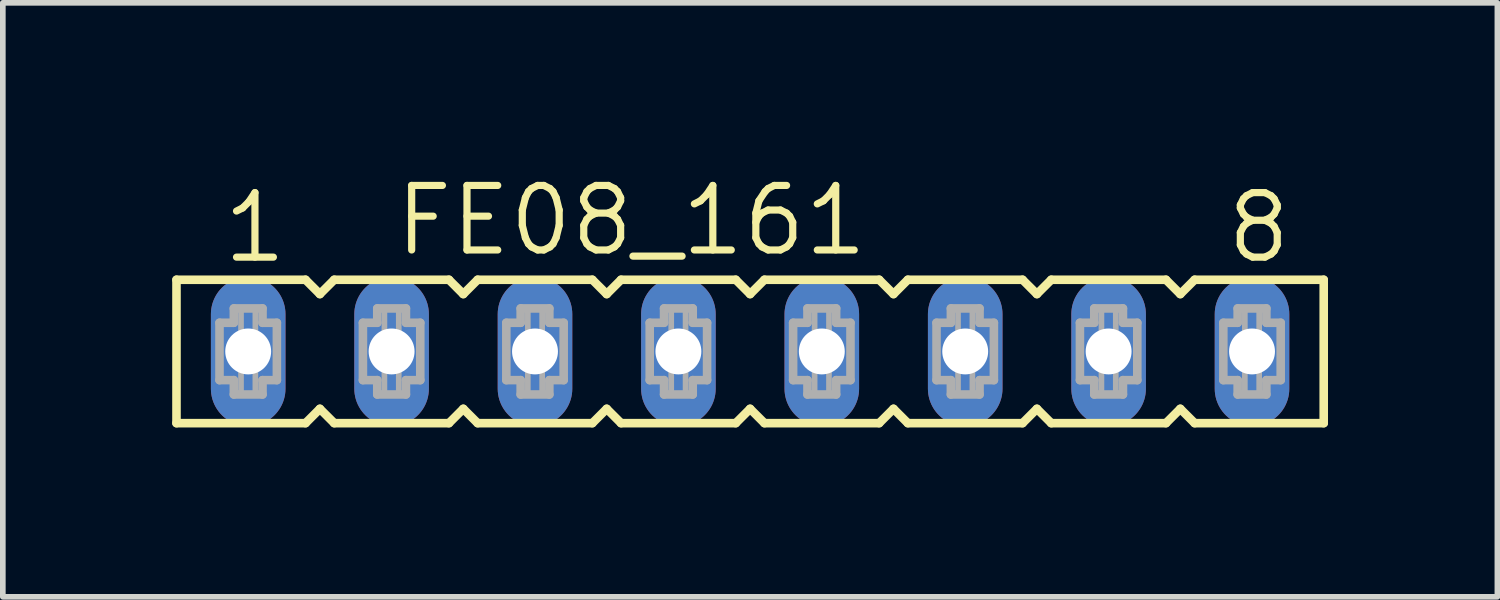
<source format=kicad_pcb>
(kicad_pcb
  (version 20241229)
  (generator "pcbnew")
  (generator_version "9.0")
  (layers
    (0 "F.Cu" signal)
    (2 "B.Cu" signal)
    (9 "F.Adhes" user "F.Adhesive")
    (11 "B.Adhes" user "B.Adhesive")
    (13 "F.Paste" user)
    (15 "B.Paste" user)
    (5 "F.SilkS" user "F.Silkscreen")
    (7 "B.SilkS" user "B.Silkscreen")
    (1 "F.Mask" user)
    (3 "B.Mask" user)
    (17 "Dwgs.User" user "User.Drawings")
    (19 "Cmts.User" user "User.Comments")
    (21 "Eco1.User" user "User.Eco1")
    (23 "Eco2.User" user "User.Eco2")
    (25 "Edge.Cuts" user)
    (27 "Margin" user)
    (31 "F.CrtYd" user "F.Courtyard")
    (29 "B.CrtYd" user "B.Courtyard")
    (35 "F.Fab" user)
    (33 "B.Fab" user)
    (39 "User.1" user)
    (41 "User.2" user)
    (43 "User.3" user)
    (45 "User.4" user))
  (footprint "FE08_161"
    (layer "F.Cu")
    (at 10.236 3.175)
    (property "Reference" "FE08_161" (at -6.35 -1.651 0) (unlocked yes) (layer "F.SilkS") (effects (font (size 1.143 1.143) (thickness 0.127)) (justify left bottom)))
    (fp_line (start -10.16 -1.27) (end -10.16 1.27) (stroke (width 0.152) (type solid)) (layer "F.SilkS"))
    (fp_line (start -10.16 1.27) (end -7.874 1.27) (stroke (width 0.152) (type solid)) (layer "F.SilkS"))
    (fp_line (start -7.874 -1.27) (end -10.16 -1.27) (stroke (width 0.152) (type solid)) (layer "F.SilkS"))
    (fp_line (start -7.874 1.27) (end -7.62 1.016) (stroke (width 0.152) (type solid)) (layer "F.SilkS"))
    (fp_line (start -7.62 -1.016) (end -7.874 -1.27) (stroke (width 0.152) (type solid)) (layer "F.SilkS"))
    (fp_line (start -7.62 1.016) (end -7.366 1.27) (stroke (width 0.152) (type solid)) (layer "F.SilkS"))
    (fp_line (start -7.366 -1.27) (end -7.62 -1.016) (stroke (width 0.152) (type solid)) (layer "F.SilkS"))
    (fp_line (start -7.366 1.27) (end -5.334 1.27) (stroke (width 0.152) (type solid)) (layer "F.SilkS"))
    (fp_line (start -5.334 -1.27) (end -7.366 -1.27) (stroke (width 0.152) (type solid)) (layer "F.SilkS"))
    (fp_line (start -5.334 1.27) (end -5.08 1.016) (stroke (width 0.152) (type solid)) (layer "F.SilkS"))
    (fp_line (start -5.08 -1.016) (end -5.334 -1.27) (stroke (width 0.152) (type solid)) (layer "F.SilkS"))
    (fp_line (start -5.08 1.016) (end -4.826 1.27) (stroke (width 0.152) (type solid)) (layer "F.SilkS"))
    (fp_line (start -4.826 -1.27) (end -5.08 -1.016) (stroke (width 0.152) (type solid)) (layer "F.SilkS"))
    (fp_line (start -4.826 1.27) (end -2.794 1.27) (stroke (width 0.152) (type solid)) (layer "F.SilkS"))
    (fp_line (start -2.794 -1.27) (end -4.826 -1.27) (stroke (width 0.152) (type solid)) (layer "F.SilkS"))
    (fp_line (start -2.794 1.27) (end -2.54 1.016) (stroke (width 0.152) (type solid)) (layer "F.SilkS"))
    (fp_line (start -2.54 -1.016) (end -2.794 -1.27) (stroke (width 0.152) (type solid)) (layer "F.SilkS"))
    (fp_line (start -2.54 1.016) (end -2.286 1.27) (stroke (width 0.152) (type solid)) (layer "F.SilkS"))
    (fp_line (start -2.286 -1.27) (end -2.54 -1.016) (stroke (width 0.152) (type solid)) (layer "F.SilkS"))
    (fp_line (start -2.286 1.27) (end -0.254 1.27) (stroke (width 0.152) (type solid)) (layer "F.SilkS"))
    (fp_line (start -0.254 -1.27) (end -2.286 -1.27) (stroke (width 0.152) (type solid)) (layer "F.SilkS"))
    (fp_line (start -0.254 1.27) (end 0 1.016) (stroke (width 0.152) (type solid)) (layer "F.SilkS"))
    (fp_line (start 0 -1.016) (end -0.254 -1.27) (stroke (width 0.152) (type solid)) (layer "F.SilkS"))
    (fp_line (start 0 1.016) (end 0.254 1.27) (stroke (width 0.152) (type solid)) (layer "F.SilkS"))
    (fp_line (start 0.254 -1.27) (end 0 -1.016) (stroke (width 0.152) (type solid)) (layer "F.SilkS"))
    (fp_line (start 0.254 1.27) (end 2.286 1.27) (stroke (width 0.152) (type solid)) (layer "F.SilkS"))
    (fp_line (start 2.286 -1.27) (end 0.254 -1.27) (stroke (width 0.152) (type solid)) (layer "F.SilkS"))
    (fp_line (start 2.286 1.27) (end 2.54 1.016) (stroke (width 0.152) (type solid)) (layer "F.SilkS"))
    (fp_line (start 2.54 -1.016) (end 2.286 -1.27) (stroke (width 0.152) (type solid)) (layer "F.SilkS"))
    (fp_line (start 2.54 1.016) (end 2.794 1.27) (stroke (width 0.152) (type solid)) (layer "F.SilkS"))
    (fp_line (start 2.794 -1.27) (end 2.54 -1.016) (stroke (width 0.152) (type solid)) (layer "F.SilkS"))
    (fp_line (start 2.794 1.27) (end 4.826 1.27) (stroke (width 0.152) (type solid)) (layer "F.SilkS"))
    (fp_line (start 4.826 -1.27) (end 2.794 -1.27) (stroke (width 0.152) (type solid)) (layer "F.SilkS"))
    (fp_line (start 4.826 1.27) (end 5.08 1.016) (stroke (width 0.152) (type solid)) (layer "F.SilkS"))
    (fp_line (start 5.08 -1.016) (end 4.826 -1.27) (stroke (width 0.152) (type solid)) (layer "F.SilkS"))
    (fp_line (start 5.08 1.016) (end 5.334 1.27) (stroke (width 0.152) (type solid)) (layer "F.SilkS"))
    (fp_line (start 5.334 -1.27) (end 5.08 -1.016) (stroke (width 0.152) (type solid)) (layer "F.SilkS"))
    (fp_line (start 5.334 1.27) (end 7.366 1.27) (stroke (width 0.152) (type solid)) (layer "F.SilkS"))
    (fp_line (start 7.366 -1.27) (end 5.334 -1.27) (stroke (width 0.152) (type solid)) (layer "F.SilkS"))
    (fp_line (start 7.366 1.27) (end 7.62 1.016) (stroke (width 0.152) (type solid)) (layer "F.SilkS"))
    (fp_line (start 7.62 -1.016) (end 7.366 -1.27) (stroke (width 0.152) (type solid)) (layer "F.SilkS"))
    (fp_line (start 7.62 1.016) (end 7.874 1.27) (stroke (width 0.152) (type solid)) (layer "F.SilkS"))
    (fp_line (start 7.874 -1.27) (end 7.62 -1.016) (stroke (width 0.152) (type solid)) (layer "F.SilkS"))
    (fp_line (start 7.874 1.27) (end 10.16 1.27) (stroke (width 0.152) (type solid)) (layer "F.SilkS"))
    (fp_line (start 10.16 -1.27) (end 7.874 -1.27) (stroke (width 0.152) (type solid)) (layer "F.SilkS"))
    (fp_line (start 10.16 1.27) (end 10.16 -1.27) (stroke (width 0.152) (type solid)) (layer "F.SilkS"))
    (fp_line (start -9.398 -0.508) (end -9.398 0.508) (stroke (width 0.152) (type solid)) (layer "F.Fab"))
    (fp_line (start -9.398 0.508) (end -9.144 0.508) (stroke (width 0.152) (type solid)) (layer "F.Fab"))
    (fp_line (start -9.144 -0.762) (end -9.144 -0.508) (stroke (width 0.152) (type solid)) (layer "F.Fab"))
    (fp_line (start -9.144 -0.508) (end -9.398 -0.508) (stroke (width 0.152) (type solid)) (layer "F.Fab"))
    (fp_line (start -9.144 0.508) (end -9.144 0.762) (stroke (width 0.152) (type solid)) (layer "F.Fab"))
    (fp_line (start -9.144 0.762) (end -8.636 0.762) (stroke (width 0.152) (type solid)) (layer "F.Fab"))
    (fp_line (start -8.636 -0.762) (end -9.144 -0.762) (stroke (width 0.152) (type solid)) (layer "F.Fab"))
    (fp_line (start -8.636 -0.508) (end -8.636 -0.762) (stroke (width 0.152) (type solid)) (layer "F.Fab"))
    (fp_line (start -8.636 0.508) (end -8.382 0.508) (stroke (width 0.152) (type solid)) (layer "F.Fab"))
    (fp_line (start -8.636 0.762) (end -8.636 0.508) (stroke (width 0.152) (type solid)) (layer "F.Fab"))
    (fp_line (start -8.382 -0.508) (end -8.636 -0.508) (stroke (width 0.152) (type solid)) (layer "F.Fab"))
    (fp_line (start -8.382 0.508) (end -8.382 -0.508) (stroke (width 0.152) (type solid)) (layer "F.Fab"))
    (fp_line (start -6.858 -0.508) (end -6.858 0.508) (stroke (width 0.152) (type solid)) (layer "F.Fab"))
    (fp_line (start -6.858 0.508) (end -6.604 0.508) (stroke (width 0.152) (type solid)) (layer "F.Fab"))
    (fp_line (start -6.604 -0.762) (end -6.604 -0.508) (stroke (width 0.152) (type solid)) (layer "F.Fab"))
    (fp_line (start -6.604 -0.508) (end -6.858 -0.508) (stroke (width 0.152) (type solid)) (layer "F.Fab"))
    (fp_line (start -6.604 0.508) (end -6.604 0.762) (stroke (width 0.152) (type solid)) (layer "F.Fab"))
    (fp_line (start -6.604 0.762) (end -6.096 0.762) (stroke (width 0.152) (type solid)) (layer "F.Fab"))
    (fp_line (start -6.096 -0.762) (end -6.604 -0.762) (stroke (width 0.152) (type solid)) (layer "F.Fab"))
    (fp_line (start -6.096 -0.508) (end -6.096 -0.762) (stroke (width 0.152) (type solid)) (layer "F.Fab"))
    (fp_line (start -6.096 0.508) (end -5.842 0.508) (stroke (width 0.152) (type solid)) (layer "F.Fab"))
    (fp_line (start -6.096 0.762) (end -6.096 0.508) (stroke (width 0.152) (type solid)) (layer "F.Fab"))
    (fp_line (start -5.842 -0.508) (end -6.096 -0.508) (stroke (width 0.152) (type solid)) (layer "F.Fab"))
    (fp_line (start -5.842 0.508) (end -5.842 -0.508) (stroke (width 0.152) (type solid)) (layer "F.Fab"))
    (fp_line (start -4.318 -0.508) (end -4.318 0.508) (stroke (width 0.152) (type solid)) (layer "F.Fab"))
    (fp_line (start -4.318 0.508) (end -4.064 0.508) (stroke (width 0.152) (type solid)) (layer "F.Fab"))
    (fp_line (start -4.064 -0.762) (end -4.064 -0.508) (stroke (width 0.152) (type solid)) (layer "F.Fab"))
    (fp_line (start -4.064 -0.508) (end -4.318 -0.508) (stroke (width 0.152) (type solid)) (layer "F.Fab"))
    (fp_line (start -4.064 0.508) (end -4.064 0.762) (stroke (width 0.152) (type solid)) (layer "F.Fab"))
    (fp_line (start -4.064 0.762) (end -3.556 0.762) (stroke (width 0.152) (type solid)) (layer "F.Fab"))
    (fp_line (start -3.556 -0.762) (end -4.064 -0.762) (stroke (width 0.152) (type solid)) (layer "F.Fab"))
    (fp_line (start -3.556 -0.508) (end -3.556 -0.762) (stroke (width 0.152) (type solid)) (layer "F.Fab"))
    (fp_line (start -3.556 0.508) (end -3.302 0.508) (stroke (width 0.152) (type solid)) (layer "F.Fab"))
    (fp_line (start -3.556 0.762) (end -3.556 0.508) (stroke (width 0.152) (type solid)) (layer "F.Fab"))
    (fp_line (start -3.302 -0.508) (end -3.556 -0.508) (stroke (width 0.152) (type solid)) (layer "F.Fab"))
    (fp_line (start -3.302 0.508) (end -3.302 -0.508) (stroke (width 0.152) (type solid)) (layer "F.Fab"))
    (fp_line (start -1.778 -0.508) (end -1.778 0.508) (stroke (width 0.152) (type solid)) (layer "F.Fab"))
    (fp_line (start -1.778 0.508) (end -1.524 0.508) (stroke (width 0.152) (type solid)) (layer "F.Fab"))
    (fp_line (start -1.524 -0.762) (end -1.524 -0.508) (stroke (width 0.152) (type solid)) (layer "F.Fab"))
    (fp_line (start -1.524 -0.508) (end -1.778 -0.508) (stroke (width 0.152) (type solid)) (layer "F.Fab"))
    (fp_line (start -1.524 0.508) (end -1.524 0.762) (stroke (width 0.152) (type solid)) (layer "F.Fab"))
    (fp_line (start -1.524 0.762) (end -1.016 0.762) (stroke (width 0.152) (type solid)) (layer "F.Fab"))
    (fp_line (start -1.016 -0.762) (end -1.524 -0.762) (stroke (width 0.152) (type solid)) (layer "F.Fab"))
    (fp_line (start -1.016 -0.508) (end -1.016 -0.762) (stroke (width 0.152) (type solid)) (layer "F.Fab"))
    (fp_line (start -1.016 0.508) (end -0.762 0.508) (stroke (width 0.152) (type solid)) (layer "F.Fab"))
    (fp_line (start -1.016 0.762) (end -1.016 0.508) (stroke (width 0.152) (type solid)) (layer "F.Fab"))
    (fp_line (start -0.762 -0.508) (end -1.016 -0.508) (stroke (width 0.152) (type solid)) (layer "F.Fab"))
    (fp_line (start -0.762 0.508) (end -0.762 -0.508) (stroke (width 0.152) (type solid)) (layer "F.Fab"))
    (fp_line (start 0.762 -0.508) (end 0.762 0.508) (stroke (width 0.152) (type solid)) (layer "F.Fab"))
    (fp_line (start 0.762 0.508) (end 1.016 0.508) (stroke (width 0.152) (type solid)) (layer "F.Fab"))
    (fp_line (start 1.016 -0.762) (end 1.016 -0.508) (stroke (width 0.152) (type solid)) (layer "F.Fab"))
    (fp_line (start 1.016 -0.508) (end 0.762 -0.508) (stroke (width 0.152) (type solid)) (layer "F.Fab"))
    (fp_line (start 1.016 0.508) (end 1.016 0.762) (stroke (width 0.152) (type solid)) (layer "F.Fab"))
    (fp_line (start 1.016 0.762) (end 1.524 0.762) (stroke (width 0.152) (type solid)) (layer "F.Fab"))
    (fp_line (start 1.524 -0.762) (end 1.016 -0.762) (stroke (width 0.152) (type solid)) (layer "F.Fab"))
    (fp_line (start 1.524 -0.508) (end 1.524 -0.762) (stroke (width 0.152) (type solid)) (layer "F.Fab"))
    (fp_line (start 1.524 0.508) (end 1.778 0.508) (stroke (width 0.152) (type solid)) (layer "F.Fab"))
    (fp_line (start 1.524 0.762) (end 1.524 0.508) (stroke (width 0.152) (type solid)) (layer "F.Fab"))
    (fp_line (start 1.778 -0.508) (end 1.524 -0.508) (stroke (width 0.152) (type solid)) (layer "F.Fab"))
    (fp_line (start 1.778 0.508) (end 1.778 -0.508) (stroke (width 0.152) (type solid)) (layer "F.Fab"))
    (fp_line (start 3.302 -0.508) (end 3.302 0.508) (stroke (width 0.152) (type solid)) (layer "F.Fab"))
    (fp_line (start 3.302 0.508) (end 3.556 0.508) (stroke (width 0.152) (type solid)) (layer "F.Fab"))
    (fp_line (start 3.556 -0.762) (end 3.556 -0.508) (stroke (width 0.152) (type solid)) (layer "F.Fab"))
    (fp_line (start 3.556 -0.508) (end 3.302 -0.508) (stroke (width 0.152) (type solid)) (layer "F.Fab"))
    (fp_line (start 3.556 0.508) (end 3.556 0.762) (stroke (width 0.152) (type solid)) (layer "F.Fab"))
    (fp_line (start 3.556 0.762) (end 4.064 0.762) (stroke (width 0.152) (type solid)) (layer "F.Fab"))
    (fp_line (start 4.064 -0.762) (end 3.556 -0.762) (stroke (width 0.152) (type solid)) (layer "F.Fab"))
    (fp_line (start 4.064 -0.508) (end 4.064 -0.762) (stroke (width 0.152) (type solid)) (layer "F.Fab"))
    (fp_line (start 4.064 0.508) (end 4.318 0.508) (stroke (width 0.152) (type solid)) (layer "F.Fab"))
    (fp_line (start 4.064 0.762) (end 4.064 0.508) (stroke (width 0.152) (type solid)) (layer "F.Fab"))
    (fp_line (start 4.318 -0.508) (end 4.064 -0.508) (stroke (width 0.152) (type solid)) (layer "F.Fab"))
    (fp_line (start 4.318 0.508) (end 4.318 -0.508) (stroke (width 0.152) (type solid)) (layer "F.Fab"))
    (fp_line (start 5.842 -0.508) (end 5.842 0.508) (stroke (width 0.152) (type solid)) (layer "F.Fab"))
    (fp_line (start 5.842 0.508) (end 6.096 0.508) (stroke (width 0.152) (type solid)) (layer "F.Fab"))
    (fp_line (start 6.096 -0.762) (end 6.096 -0.508) (stroke (width 0.152) (type solid)) (layer "F.Fab"))
    (fp_line (start 6.096 -0.508) (end 5.842 -0.508) (stroke (width 0.152) (type solid)) (layer "F.Fab"))
    (fp_line (start 6.096 0.508) (end 6.096 0.762) (stroke (width 0.152) (type solid)) (layer "F.Fab"))
    (fp_line (start 6.096 0.762) (end 6.604 0.762) (stroke (width 0.152) (type solid)) (layer "F.Fab"))
    (fp_line (start 6.604 -0.762) (end 6.096 -0.762) (stroke (width 0.152) (type solid)) (layer "F.Fab"))
    (fp_line (start 6.604 -0.508) (end 6.604 -0.762) (stroke (width 0.152) (type solid)) (layer "F.Fab"))
    (fp_line (start 6.604 0.508) (end 6.858 0.508) (stroke (width 0.152) (type solid)) (layer "F.Fab"))
    (fp_line (start 6.604 0.762) (end 6.604 0.508) (stroke (width 0.152) (type solid)) (layer "F.Fab"))
    (fp_line (start 6.858 -0.508) (end 6.604 -0.508) (stroke (width 0.152) (type solid)) (layer "F.Fab"))
    (fp_line (start 6.858 0.508) (end 6.858 -0.508) (stroke (width 0.152) (type solid)) (layer "F.Fab"))
    (fp_line (start 8.382 -0.508) (end 8.382 0.508) (stroke (width 0.152) (type solid)) (layer "F.Fab"))
    (fp_line (start 8.382 0.508) (end 8.636 0.508) (stroke (width 0.152) (type solid)) (layer "F.Fab"))
    (fp_line (start 8.636 -0.762) (end 8.636 -0.508) (stroke (width 0.152) (type solid)) (layer "F.Fab"))
    (fp_line (start 8.636 -0.508) (end 8.382 -0.508) (stroke (width 0.152) (type solid)) (layer "F.Fab"))
    (fp_line (start 8.636 0.508) (end 8.636 0.762) (stroke (width 0.152) (type solid)) (layer "F.Fab"))
    (fp_line (start 8.636 0.762) (end 9.144 0.762) (stroke (width 0.152) (type solid)) (layer "F.Fab"))
    (fp_line (start 9.144 -0.762) (end 8.636 -0.762) (stroke (width 0.152) (type solid)) (layer "F.Fab"))
    (fp_line (start 9.144 -0.508) (end 9.144 -0.762) (stroke (width 0.152) (type solid)) (layer "F.Fab"))
    (fp_line (start 9.144 0.508) (end 9.398 0.508) (stroke (width 0.152) (type solid)) (layer "F.Fab"))
    (fp_line (start 9.144 0.762) (end 9.144 0.508) (stroke (width 0.152) (type solid)) (layer "F.Fab"))
    (fp_line (start 9.398 -0.508) (end 9.144 -0.508) (stroke (width 0.152) (type solid)) (layer "F.Fab"))
    (fp_line (start 9.398 0.508) (end 9.398 -0.508) (stroke (width 0.152) (type solid)) (layer "F.Fab"))
    (fp_poly (pts (xy -9.017 -0.254) (xy -8.763 -0.254) (xy -8.763 -0.762) (xy -9.017 -0.762)) (stroke (width 0.1) (type default)) (fill no) (layer "F.Fab"))
    (fp_poly (pts (xy -9.017 0.762) (xy -8.763 0.762) (xy -8.763 0.254) (xy -9.017 0.254)) (stroke (width 0.1) (type default)) (fill no) (layer "F.Fab"))
    (fp_poly (pts (xy -6.477 -0.254) (xy -6.223 -0.254) (xy -6.223 -0.762) (xy -6.477 -0.762)) (stroke (width 0.1) (type default)) (fill no) (layer "F.Fab"))
    (fp_poly (pts (xy -6.477 0.762) (xy -6.223 0.762) (xy -6.223 0.254) (xy -6.477 0.254)) (stroke (width 0.1) (type default)) (fill no) (layer "F.Fab"))
    (fp_poly (pts (xy -3.937 -0.254) (xy -3.683 -0.254) (xy -3.683 -0.762) (xy -3.937 -0.762)) (stroke (width 0.1) (type default)) (fill no) (layer "F.Fab"))
    (fp_poly (pts (xy -3.937 0.762) (xy -3.683 0.762) (xy -3.683 0.254) (xy -3.937 0.254)) (stroke (width 0.1) (type default)) (fill no) (layer "F.Fab"))
    (fp_poly (pts (xy -1.397 -0.254) (xy -1.143 -0.254) (xy -1.143 -0.762) (xy -1.397 -0.762)) (stroke (width 0.1) (type default)) (fill no) (layer "F.Fab"))
    (fp_poly (pts (xy -1.397 0.762) (xy -1.143 0.762) (xy -1.143 0.254) (xy -1.397 0.254)) (stroke (width 0.1) (type default)) (fill no) (layer "F.Fab"))
    (fp_poly (pts (xy 1.143 -0.254) (xy 1.397 -0.254) (xy 1.397 -0.762) (xy 1.143 -0.762)) (stroke (width 0.1) (type default)) (fill no) (layer "F.Fab"))
    (fp_poly (pts (xy 1.143 0.762) (xy 1.397 0.762) (xy 1.397 0.254) (xy 1.143 0.254)) (stroke (width 0.1) (type default)) (fill no) (layer "F.Fab"))
    (fp_poly (pts (xy 3.683 -0.254) (xy 3.937 -0.254) (xy 3.937 -0.762) (xy 3.683 -0.762)) (stroke (width 0.1) (type default)) (fill no) (layer "F.Fab"))
    (fp_poly (pts (xy 3.683 0.762) (xy 3.937 0.762) (xy 3.937 0.254) (xy 3.683 0.254)) (stroke (width 0.1) (type default)) (fill no) (layer "F.Fab"))
    (fp_poly (pts (xy 6.223 -0.254) (xy 6.477 -0.254) (xy 6.477 -0.762) (xy 6.223 -0.762)) (stroke (width 0.1) (type default)) (fill no) (layer "F.Fab"))
    (fp_poly (pts (xy 6.223 0.762) (xy 6.477 0.762) (xy 6.477 0.254) (xy 6.223 0.254)) (stroke (width 0.1) (type default)) (fill no) (layer "F.Fab"))
    (fp_poly (pts (xy 8.763 -0.254) (xy 9.017 -0.254) (xy 9.017 -0.762) (xy 8.763 -0.762)) (stroke (width 0.1) (type default)) (fill no) (layer "F.Fab"))
    (fp_poly (pts (xy 8.763 0.762) (xy 9.017 0.762) (xy 9.017 0.254) (xy 8.763 0.254)) (stroke (width 0.1) (type default)) (fill no) (layer "F.Fab"))
    (fp_text user "8" (at 8.382 -1.524 0) (unlocked yes) (layer "F.SilkS") (effects (font (size 1.143 1.143) (thickness 0.127)) (justify left bottom)))
    (fp_text user "1" (at -9.398 -1.524 0) (unlocked yes) (layer "F.SilkS") (effects (font (size 1.143 1.143) (thickness 0.127)) (justify left bottom)))
    (pad "1" thru_hole oval (at -8.89 0 90) (size 2.642 1.321) (drill 0.813) (layers "*.Cu" "*.Mask"))
    (pad "2" thru_hole oval (at -6.35 0 90) (size 2.642 1.321) (drill 0.813) (layers "*.Cu" "*.Mask"))
    (pad "3" thru_hole oval (at -3.81 0 90) (size 2.642 1.321) (drill 0.813) (layers "*.Cu" "*.Mask"))
    (pad "4" thru_hole oval (at -1.27 0 90) (size 2.642 1.321) (drill 0.813) (layers "*.Cu" "*.Mask"))
    (pad "5" thru_hole oval (at 1.27 0 90) (size 2.642 1.321) (drill 0.813) (layers "*.Cu" "*.Mask"))
    (pad "6" thru_hole oval (at 3.81 0 90) (size 2.642 1.321) (drill 0.813) (layers "*.Cu" "*.Mask"))
    (pad "7" thru_hole oval (at 6.35 0 90) (size 2.642 1.321) (drill 0.813) (layers "*.Cu" "*.Mask"))
    (pad "8" thru_hole oval (at 8.89 0 90) (size 2.642 1.321) (drill 0.813) (layers "*.Cu" "*.Mask")))
  (gr_rect
    (start -3 -3)
    (end 23.472 7.521)
    (stroke (width 0.1) (type default))
    (fill no)
    (layer "Edge.Cuts")))
</source>
